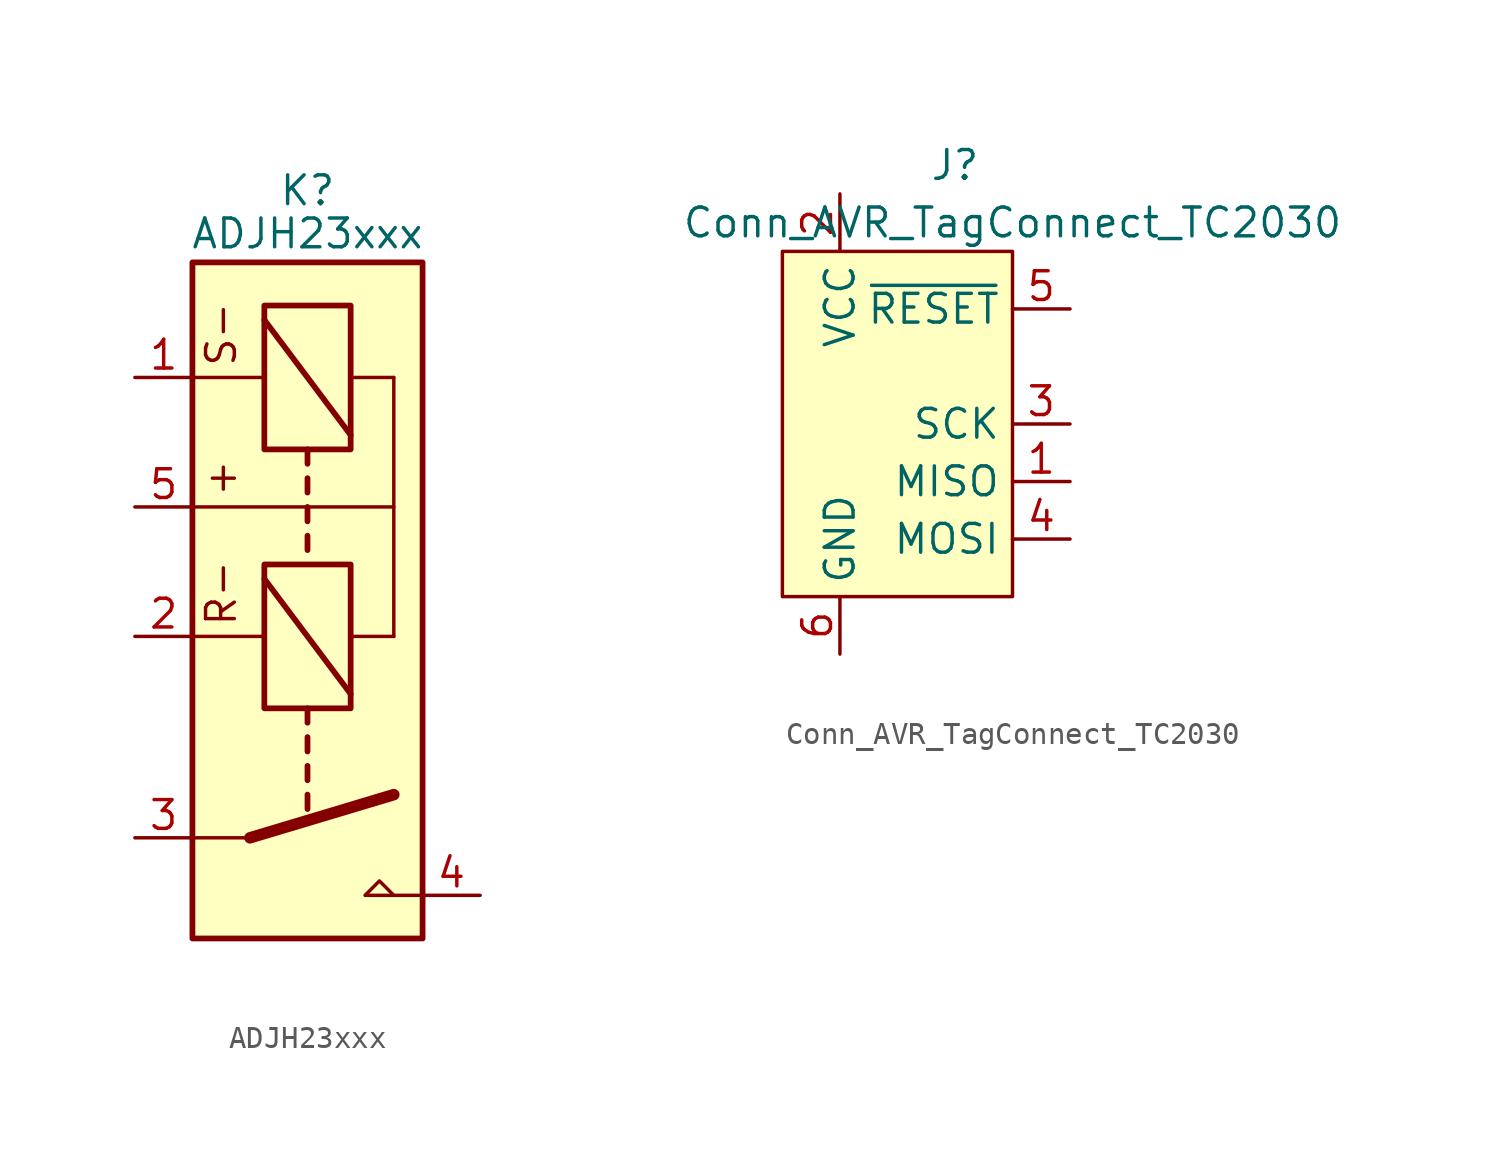
<source format=kicad_sym>
(kicad_symbol_lib
  (version 20211014)
  (generator kicad_symbol_editor)
  (symbol "ADJH23xxx"
    (property "Reference" "K"
      (at 5.08 33.02 0)
      (effects (font (size 1.27 1.27))))
    (property "Value" "ADJH23xxx"
      (at 5.08 31.115 0)
      (effects (font (size 1.27 1.27))))
    (symbol "ADJH23xxx_1_1"
      (polyline (pts (xy 0 13.335) (xy 3.175 13.335)) (stroke (width 0) (type default) (color 0 0 0 0)) (fill (type none)))
      (polyline (pts (xy 0 24.765) (xy 3.175 24.765)) (stroke (width 0) (type default) (color 0 0 0 0)) (fill (type none)))
      (polyline (pts (xy 2.54 4.445) (xy 0 4.445)) (stroke (width 0) (type default) (color 0 0 0 0)) (fill (type none)))
      (polyline (pts (xy 2.54 4.445) (xy 8.89 6.35)) (stroke (width 0.508) (type default) (color 0 0 0 0)) (fill (type none)))
      (polyline (pts (xy 3.175 15.875) (xy 6.985 10.795)) (stroke (width 0.254) (type default) (color 0 0 0 0)) (fill (type none)))
      (polyline (pts (xy 3.175 27.305) (xy 6.985 22.225)) (stroke (width 0.254) (type default) (color 0 0 0 0)) (fill (type none)))
      (polyline (pts (xy 5.08 6.35) (xy 5.08 5.715)) (stroke (width 0.254) (type default) (color 0 0 0 0)) (fill (type none)))
      (polyline (pts (xy 5.08 7.62) (xy 5.08 6.985)) (stroke (width 0.254) (type default) (color 0 0 0 0)) (fill (type none)))
      (polyline (pts (xy 5.08 8.89) (xy 5.08 8.255)) (stroke (width 0.254) (type default) (color 0 0 0 0)) (fill (type none)))
      (polyline (pts (xy 5.08 10.16) (xy 5.08 9.525)) (stroke (width 0.254) (type default) (color 0 0 0 0)) (fill (type none)))
      (polyline (pts (xy 5.08 17.78) (xy 5.08 17.145)) (stroke (width 0.254) (type default) (color 0 0 0 0)) (fill (type none)))
      (polyline (pts (xy 5.08 19.05) (xy 5.08 18.415)) (stroke (width 0.254) (type default) (color 0 0 0 0)) (fill (type none)))
      (polyline (pts (xy 5.08 20.32) (xy 5.08 19.685)) (stroke (width 0.254) (type default) (color 0 0 0 0)) (fill (type none)))
      (polyline (pts (xy 5.08 21.59) (xy 5.08 20.955)) (stroke (width 0.254) (type default) (color 0 0 0 0)) (fill (type none)))
      (polyline (pts (xy 8.89 13.335) (xy 6.985 13.335)) (stroke (width 0) (type default) (color 0 0 0 0)) (fill (type none)))
      (polyline (pts (xy 8.89 13.335) (xy 8.89 24.765)) (stroke (width 0) (type default) (color 0 0 0 0)) (fill (type none)))
      (polyline (pts (xy 8.89 19.05) (xy 0 19.05)) (stroke (width 0) (type default) (color 0 0 0 0)) (fill (type none)))
      (polyline (pts (xy 8.89 24.765) (xy 6.985 24.765)) (stroke (width 0) (type default) (color 0 0 0 0)) (fill (type none)))
      (polyline (pts (xy 10.16 1.905) (xy 7.62 1.905) (xy 8.255 2.54) (xy 8.89 1.905)) (stroke (width 0) (type default) (color 0 0 0 0)) (fill (type none)))
      (rectangle (start 0 29.845) (end 10.16 0) (stroke (width 0.254) (type default) (color 0 0 0 0)) (fill (type background)))
      (rectangle (start 6.985 16.51) (end 3.175 10.16) (stroke (width 0.254) (type default) (color 0 0 0 0)) (fill (type none)))
      (rectangle (start 6.985 27.94) (end 3.175 21.59) (stroke (width 0.254) (type default) (color 0 0 0 0)) (fill (type none)))
      (text "+" (at 1.27 20.32 900) (effects (font (size 1.27 1.27))))
      (text "R-" (at 1.27 15.24 900) (effects (font (size 1.27 1.27))))
      (text "S-" (at 1.27 26.67 900) (effects (font (size 1.27 1.27))))
      (pin passive line (at -2.54 24.765 0) (length 2.54) (name "~" (effects (font (size 1.27 1.27)))) (number "1" (effects (font (size 1.27 1.27)))))
      (pin passive line (at -2.54 13.335 0) (length 2.54) (name "~" (effects (font (size 1.27 1.27)))) (number "2" (effects (font (size 1.27 1.27)))))
      (pin passive line (at -2.54 4.445 0) (length 2.54) (name "~" (effects (font (size 1.27 1.27)))) (number "3" (effects (font (size 1.27 1.27)))))
      (pin passive line (at 12.7 1.905 180) (length 2.54) (name "~" (effects (font (size 1.27 1.27)))) (number "4" (effects (font (size 1.27 1.27)))))
      (pin passive line (at -2.54 19.05 0) (length 2.54) (name "~" (effects (font (size 1.27 1.27)))) (number "5" (effects (font (size 1.27 1.27)))))))
  (symbol "Conn_AVR_TagConnect_TC2030"
    (property "Reference" "J"
      (at 2.54 11.43 0)
      (effects (font (size 1.27 1.27))))
    (property "Value" "Conn_AVR_TagConnect_TC2030"
      (at 5.08 8.89 0)
      (effects (font (size 1.27 1.27))))
    (symbol "Conn_AVR_TagConnect_TC2030_0_0"
      (pin output line (at 7.62 -2.54 180) (length 2.54) (name "MISO" (effects (font (size 1.27 1.27)))) (number "1" (effects (font (size 1.27 1.27)))) (alternate "TMS" bidirectional line))
      (pin power_in line (at -2.54 10.16 270) (length 2.54) (name "VCC" (effects (font (size 1.27 1.27)))) (number "2" (effects (font (size 1.27 1.27)))))
      (pin input line (at 7.62 0 180) (length 2.54) (name "SCK" (effects (font (size 1.27 1.27)))) (number "3" (effects (font (size 1.27 1.27)))) (alternate "TCK" output line))
      (pin input line (at 7.62 -5.08 180) (length 2.54) (name "MOSI" (effects (font (size 1.27 1.27)))) (number "4" (effects (font (size 1.27 1.27)))) (alternate "TDO" input line))
      (pin open_collector line (at 7.62 5.08 180) (length 2.54) (name "~{RESET}" (effects (font (size 1.27 1.27)))) (number "5" (effects (font (size 1.27 1.27)))))
      (pin power_in line (at -2.54 -10.16 90) (length 2.54) (name "GND" (effects (font (size 1.27 1.27)))) (number "6" (effects (font (size 1.27 1.27))))))
    (symbol "Conn_AVR_TagConnect_TC2030_0_1"
      (rectangle (start -5.08 7.62) (end 5.08 -7.62) (stroke (width 0) (type default) (color 0 0 0 0)) (fill (type background))))))
</source>
